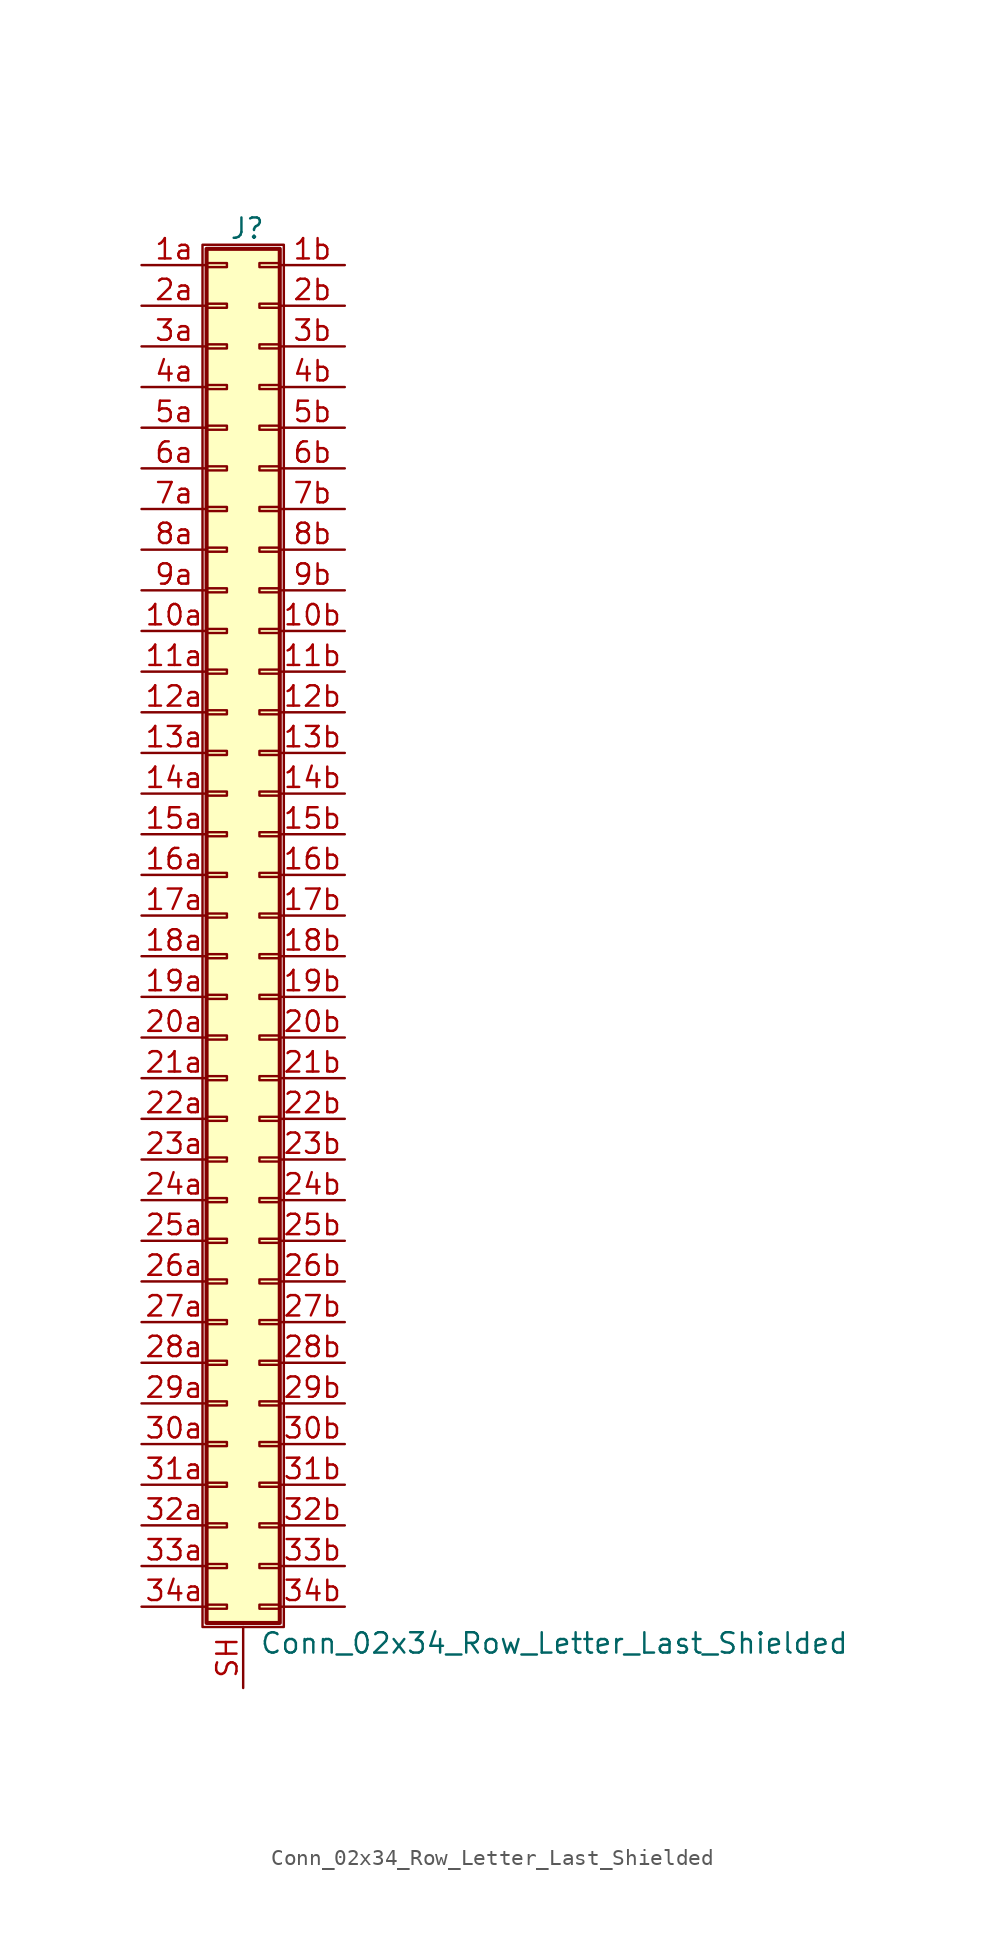
<source format=kicad_sym>
(kicad_symbol_lib
  (version 20201005)
  (generator kicad_symbol_editor)
  (symbol "Conn_02x34_Row_Letter_Last_Shielded"
    (pin_names
      (offset 1.016) hide)
    (property "Reference" "J"
      (at 1.524 42.926 0)
      (effects (font (size 1.27 1.27))))
    (property "Value" "Conn_02x34_Row_Letter_Last_Shielded"
      (at 2.286 -45.466 0)
      (effects (font (size 1.27 1.27)) (justify left)))
    (symbol "Conn_02x34_Row_Letter_Last_Shielded_1_1"
      (rectangle (start -1.27 41.91) (end 3.81 -44.45) (stroke (width 0.152)) (fill (type none)))
      (rectangle (start -1.016 -43.053) (end 0.254 -43.307) (stroke (width 0.152)) (fill (type none)))
      (rectangle (start -1.016 -40.513) (end 0.254 -40.767) (stroke (width 0.152)) (fill (type none)))
      (rectangle (start -1.016 -37.973) (end 0.254 -38.227) (stroke (width 0.152)) (fill (type none)))
      (rectangle (start -1.016 -35.433) (end 0.254 -35.687) (stroke (width 0.152)) (fill (type none)))
      (rectangle (start -1.016 -32.893) (end 0.254 -33.147) (stroke (width 0.152)) (fill (type none)))
      (rectangle (start -1.016 -30.353) (end 0.254 -30.607) (stroke (width 0.152)) (fill (type none)))
      (rectangle (start -1.016 -27.813) (end 0.254 -28.067) (stroke (width 0.152)) (fill (type none)))
      (rectangle (start -1.016 -25.273) (end 0.254 -25.527) (stroke (width 0.152)) (fill (type none)))
      (rectangle (start -1.016 -22.733) (end 0.254 -22.987) (stroke (width 0.152)) (fill (type none)))
      (rectangle (start -1.016 -20.193) (end 0.254 -20.447) (stroke (width 0.152)) (fill (type none)))
      (rectangle (start -1.016 -17.653) (end 0.254 -17.907) (stroke (width 0.152)) (fill (type none)))
      (rectangle (start -1.016 -15.113) (end 0.254 -15.367) (stroke (width 0.152)) (fill (type none)))
      (rectangle (start -1.016 -12.573) (end 0.254 -12.827) (stroke (width 0.152)) (fill (type none)))
      (rectangle (start -1.016 -10.033) (end 0.254 -10.287) (stroke (width 0.152)) (fill (type none)))
      (rectangle (start -1.016 -7.493) (end 0.254 -7.747) (stroke (width 0.152)) (fill (type none)))
      (rectangle (start -1.016 -4.953) (end 0.254 -5.207) (stroke (width 0.152)) (fill (type none)))
      (rectangle (start -1.016 -2.413) (end 0.254 -2.667) (stroke (width 0.152)) (fill (type none)))
      (rectangle (start -1.016 0.127) (end 0.254 -0.127) (stroke (width 0.152)) (fill (type none)))
      (rectangle (start -1.016 2.667) (end 0.254 2.413) (stroke (width 0.152)) (fill (type none)))
      (rectangle (start -1.016 5.207) (end 0.254 4.953) (stroke (width 0.152)) (fill (type none)))
      (rectangle (start -1.016 7.747) (end 0.254 7.493) (stroke (width 0.152)) (fill (type none)))
      (rectangle (start -1.016 10.287) (end 0.254 10.033) (stroke (width 0.152)) (fill (type none)))
      (rectangle (start -1.016 12.827) (end 0.254 12.573) (stroke (width 0.152)) (fill (type none)))
      (rectangle (start -1.016 15.367) (end 0.254 15.113) (stroke (width 0.152)) (fill (type none)))
      (rectangle (start -1.016 17.907) (end 0.254 17.653) (stroke (width 0.152)) (fill (type none)))
      (rectangle (start -1.016 20.447) (end 0.254 20.193) (stroke (width 0.152)) (fill (type none)))
      (rectangle (start -1.016 22.987) (end 0.254 22.733) (stroke (width 0.152)) (fill (type none)))
      (rectangle (start -1.016 25.527) (end 0.254 25.273) (stroke (width 0.152)) (fill (type none)))
      (rectangle (start -1.016 28.067) (end 0.254 27.813) (stroke (width 0.152)) (fill (type none)))
      (rectangle (start -1.016 30.607) (end 0.254 30.353) (stroke (width 0.152)) (fill (type none)))
      (rectangle (start -1.016 33.147) (end 0.254 32.893) (stroke (width 0.152)) (fill (type none)))
      (rectangle (start -1.016 35.687) (end 0.254 35.433) (stroke (width 0.152)) (fill (type none)))
      (rectangle (start -1.016 38.227) (end 0.254 37.973) (stroke (width 0.152)) (fill (type none)))
      (rectangle (start -1.016 40.767) (end 0.254 40.513) (stroke (width 0.152)) (fill (type none)))
      (rectangle (start 3.556 -43.053) (end 2.286 -43.307) (stroke (width 0.152)) (fill (type none)))
      (rectangle (start 3.556 -40.513) (end 2.286 -40.767) (stroke (width 0.152)) (fill (type none)))
      (rectangle (start 3.556 -37.973) (end 2.286 -38.227) (stroke (width 0.152)) (fill (type none)))
      (rectangle (start 3.556 -35.433) (end 2.286 -35.687) (stroke (width 0.152)) (fill (type none)))
      (rectangle (start 3.556 -32.893) (end 2.286 -33.147) (stroke (width 0.152)) (fill (type none)))
      (rectangle (start 3.556 -30.353) (end 2.286 -30.607) (stroke (width 0.152)) (fill (type none)))
      (rectangle (start 3.556 -27.813) (end 2.286 -28.067) (stroke (width 0.152)) (fill (type none)))
      (rectangle (start 3.556 -25.273) (end 2.286 -25.527) (stroke (width 0.152)) (fill (type none)))
      (rectangle (start 3.556 -22.733) (end 2.286 -22.987) (stroke (width 0.152)) (fill (type none)))
      (rectangle (start 3.556 -20.193) (end 2.286 -20.447) (stroke (width 0.152)) (fill (type none)))
      (rectangle (start 3.556 -17.653) (end 2.286 -17.907) (stroke (width 0.152)) (fill (type none)))
      (rectangle (start 3.556 -15.113) (end 2.286 -15.367) (stroke (width 0.152)) (fill (type none)))
      (rectangle (start 3.556 -12.573) (end 2.286 -12.827) (stroke (width 0.152)) (fill (type none)))
      (rectangle (start 3.556 -10.033) (end 2.286 -10.287) (stroke (width 0.152)) (fill (type none)))
      (rectangle (start 3.556 -7.493) (end 2.286 -7.747) (stroke (width 0.152)) (fill (type none)))
      (rectangle (start 3.556 -4.953) (end 2.286 -5.207) (stroke (width 0.152)) (fill (type none)))
      (rectangle (start 3.556 -2.413) (end 2.286 -2.667) (stroke (width 0.152)) (fill (type none)))
      (rectangle (start 3.556 0.127) (end 2.286 -0.127) (stroke (width 0.152)) (fill (type none)))
      (rectangle (start 3.556 2.667) (end 2.286 2.413) (stroke (width 0.152)) (fill (type none)))
      (rectangle (start 3.556 5.207) (end 2.286 4.953) (stroke (width 0.152)) (fill (type none)))
      (rectangle (start 3.556 7.747) (end 2.286 7.493) (stroke (width 0.152)) (fill (type none)))
      (rectangle (start 3.556 10.287) (end 2.286 10.033) (stroke (width 0.152)) (fill (type none)))
      (rectangle (start 3.556 12.827) (end 2.286 12.573) (stroke (width 0.152)) (fill (type none)))
      (rectangle (start 3.556 15.367) (end 2.286 15.113) (stroke (width 0.152)) (fill (type none)))
      (rectangle (start 3.556 17.907) (end 2.286 17.653) (stroke (width 0.152)) (fill (type none)))
      (rectangle (start 3.556 20.447) (end 2.286 20.193) (stroke (width 0.152)) (fill (type none)))
      (rectangle (start 3.556 22.987) (end 2.286 22.733) (stroke (width 0.152)) (fill (type none)))
      (rectangle (start 3.556 25.527) (end 2.286 25.273) (stroke (width 0.152)) (fill (type none)))
      (rectangle (start 3.556 28.067) (end 2.286 27.813) (stroke (width 0.152)) (fill (type none)))
      (rectangle (start 3.556 30.607) (end 2.286 30.353) (stroke (width 0.152)) (fill (type none)))
      (rectangle (start 3.556 33.147) (end 2.286 32.893) (stroke (width 0.152)) (fill (type none)))
      (rectangle (start 3.556 35.687) (end 2.286 35.433) (stroke (width 0.152)) (fill (type none)))
      (rectangle (start 3.556 38.227) (end 2.286 37.973) (stroke (width 0.152)) (fill (type none)))
      (rectangle (start 3.556 40.767) (end 2.286 40.513) (stroke (width 0.152)) (fill (type none)))
      (rectangle (start -1.016 41.656) (end 3.556 -44.196) (stroke (width 0.254)) (fill (type background)))
      (pin passive line (at -5.08 17.78 0) (length 4.064) (name "Pin_10a" (effects (font (size 1.27 1.27)))) (number "10a" (effects (font (size 1.27 1.27)))))
      (pin passive line (at 7.62 17.78 180) (length 4.064) (name "Pin_10b" (effects (font (size 1.27 1.27)))) (number "10b" (effects (font (size 1.27 1.27)))))
      (pin passive line (at -5.08 15.24 0) (length 4.064) (name "Pin_11a" (effects (font (size 1.27 1.27)))) (number "11a" (effects (font (size 1.27 1.27)))))
      (pin passive line (at 7.62 15.24 180) (length 4.064) (name "Pin_11b" (effects (font (size 1.27 1.27)))) (number "11b" (effects (font (size 1.27 1.27)))))
      (pin passive line (at -5.08 12.7 0) (length 4.064) (name "Pin_12a" (effects (font (size 1.27 1.27)))) (number "12a" (effects (font (size 1.27 1.27)))))
      (pin passive line (at 7.62 12.7 180) (length 4.064) (name "Pin_12b" (effects (font (size 1.27 1.27)))) (number "12b" (effects (font (size 1.27 1.27)))))
      (pin passive line (at -5.08 10.16 0) (length 4.064) (name "Pin_13a" (effects (font (size 1.27 1.27)))) (number "13a" (effects (font (size 1.27 1.27)))))
      (pin passive line (at 7.62 10.16 180) (length 4.064) (name "Pin_13b" (effects (font (size 1.27 1.27)))) (number "13b" (effects (font (size 1.27 1.27)))))
      (pin passive line (at -5.08 7.62 0) (length 4.064) (name "Pin_14a" (effects (font (size 1.27 1.27)))) (number "14a" (effects (font (size 1.27 1.27)))))
      (pin passive line (at 7.62 7.62 180) (length 4.064) (name "Pin_14b" (effects (font (size 1.27 1.27)))) (number "14b" (effects (font (size 1.27 1.27)))))
      (pin passive line (at -5.08 5.08 0) (length 4.064) (name "Pin_15a" (effects (font (size 1.27 1.27)))) (number "15a" (effects (font (size 1.27 1.27)))))
      (pin passive line (at 7.62 5.08 180) (length 4.064) (name "Pin_15b" (effects (font (size 1.27 1.27)))) (number "15b" (effects (font (size 1.27 1.27)))))
      (pin passive line (at -5.08 2.54 0) (length 4.064) (name "Pin_16a" (effects (font (size 1.27 1.27)))) (number "16a" (effects (font (size 1.27 1.27)))))
      (pin passive line (at 7.62 2.54 180) (length 4.064) (name "Pin_16b" (effects (font (size 1.27 1.27)))) (number "16b" (effects (font (size 1.27 1.27)))))
      (pin passive line (at -5.08 0 0) (length 4.064) (name "Pin_17a" (effects (font (size 1.27 1.27)))) (number "17a" (effects (font (size 1.27 1.27)))))
      (pin passive line (at 7.62 0 180) (length 4.064) (name "Pin_17b" (effects (font (size 1.27 1.27)))) (number "17b" (effects (font (size 1.27 1.27)))))
      (pin passive line (at -5.08 -2.54 0) (length 4.064) (name "Pin_18a" (effects (font (size 1.27 1.27)))) (number "18a" (effects (font (size 1.27 1.27)))))
      (pin passive line (at 7.62 -2.54 180) (length 4.064) (name "Pin_18b" (effects (font (size 1.27 1.27)))) (number "18b" (effects (font (size 1.27 1.27)))))
      (pin passive line (at -5.08 -5.08 0) (length 4.064) (name "Pin_19a" (effects (font (size 1.27 1.27)))) (number "19a" (effects (font (size 1.27 1.27)))))
      (pin passive line (at 7.62 -5.08 180) (length 4.064) (name "Pin_19b" (effects (font (size 1.27 1.27)))) (number "19b" (effects (font (size 1.27 1.27)))))
      (pin passive line (at -5.08 40.64 0) (length 4.064) (name "Pin_1a" (effects (font (size 1.27 1.27)))) (number "1a" (effects (font (size 1.27 1.27)))))
      (pin passive line (at 7.62 40.64 180) (length 4.064) (name "Pin_1b" (effects (font (size 1.27 1.27)))) (number "1b" (effects (font (size 1.27 1.27)))))
      (pin passive line (at -5.08 -7.62 0) (length 4.064) (name "Pin_20a" (effects (font (size 1.27 1.27)))) (number "20a" (effects (font (size 1.27 1.27)))))
      (pin passive line (at 7.62 -7.62 180) (length 4.064) (name "Pin_20b" (effects (font (size 1.27 1.27)))) (number "20b" (effects (font (size 1.27 1.27)))))
      (pin passive line (at -5.08 -10.16 0) (length 4.064) (name "Pin_21a" (effects (font (size 1.27 1.27)))) (number "21a" (effects (font (size 1.27 1.27)))))
      (pin passive line (at 7.62 -10.16 180) (length 4.064) (name "Pin_21b" (effects (font (size 1.27 1.27)))) (number "21b" (effects (font (size 1.27 1.27)))))
      (pin passive line (at -5.08 -12.7 0) (length 4.064) (name "Pin_22a" (effects (font (size 1.27 1.27)))) (number "22a" (effects (font (size 1.27 1.27)))))
      (pin passive line (at 7.62 -12.7 180) (length 4.064) (name "Pin_22b" (effects (font (size 1.27 1.27)))) (number "22b" (effects (font (size 1.27 1.27)))))
      (pin passive line (at -5.08 -15.24 0) (length 4.064) (name "Pin_23a" (effects (font (size 1.27 1.27)))) (number "23a" (effects (font (size 1.27 1.27)))))
      (pin passive line (at 7.62 -15.24 180) (length 4.064) (name "Pin_23b" (effects (font (size 1.27 1.27)))) (number "23b" (effects (font (size 1.27 1.27)))))
      (pin passive line (at -5.08 -17.78 0) (length 4.064) (name "Pin_24a" (effects (font (size 1.27 1.27)))) (number "24a" (effects (font (size 1.27 1.27)))))
      (pin passive line (at 7.62 -17.78 180) (length 4.064) (name "Pin_24b" (effects (font (size 1.27 1.27)))) (number "24b" (effects (font (size 1.27 1.27)))))
      (pin passive line (at -5.08 -20.32 0) (length 4.064) (name "Pin_25a" (effects (font (size 1.27 1.27)))) (number "25a" (effects (font (size 1.27 1.27)))))
      (pin passive line (at 7.62 -20.32 180) (length 4.064) (name "Pin_25b" (effects (font (size 1.27 1.27)))) (number "25b" (effects (font (size 1.27 1.27)))))
      (pin passive line (at -5.08 -22.86 0) (length 4.064) (name "Pin_26a" (effects (font (size 1.27 1.27)))) (number "26a" (effects (font (size 1.27 1.27)))))
      (pin passive line (at 7.62 -22.86 180) (length 4.064) (name "Pin_26b" (effects (font (size 1.27 1.27)))) (number "26b" (effects (font (size 1.27 1.27)))))
      (pin passive line (at -5.08 -25.4 0) (length 4.064) (name "Pin_27a" (effects (font (size 1.27 1.27)))) (number "27a" (effects (font (size 1.27 1.27)))))
      (pin passive line (at 7.62 -25.4 180) (length 4.064) (name "Pin_27b" (effects (font (size 1.27 1.27)))) (number "27b" (effects (font (size 1.27 1.27)))))
      (pin passive line (at -5.08 -27.94 0) (length 4.064) (name "Pin_28a" (effects (font (size 1.27 1.27)))) (number "28a" (effects (font (size 1.27 1.27)))))
      (pin passive line (at 7.62 -27.94 180) (length 4.064) (name "Pin_28b" (effects (font (size 1.27 1.27)))) (number "28b" (effects (font (size 1.27 1.27)))))
      (pin passive line (at -5.08 -30.48 0) (length 4.064) (name "Pin_29a" (effects (font (size 1.27 1.27)))) (number "29a" (effects (font (size 1.27 1.27)))))
      (pin passive line (at 7.62 -30.48 180) (length 4.064) (name "Pin_29b" (effects (font (size 1.27 1.27)))) (number "29b" (effects (font (size 1.27 1.27)))))
      (pin passive line (at -5.08 38.1 0) (length 4.064) (name "Pin_2a" (effects (font (size 1.27 1.27)))) (number "2a" (effects (font (size 1.27 1.27)))))
      (pin passive line (at 7.62 38.1 180) (length 4.064) (name "Pin_2b" (effects (font (size 1.27 1.27)))) (number "2b" (effects (font (size 1.27 1.27)))))
      (pin passive line (at -5.08 -33.02 0) (length 4.064) (name "Pin_30a" (effects (font (size 1.27 1.27)))) (number "30a" (effects (font (size 1.27 1.27)))))
      (pin passive line (at 7.62 -33.02 180) (length 4.064) (name "Pin_30b" (effects (font (size 1.27 1.27)))) (number "30b" (effects (font (size 1.27 1.27)))))
      (pin passive line (at -5.08 -35.56 0) (length 4.064) (name "Pin_31a" (effects (font (size 1.27 1.27)))) (number "31a" (effects (font (size 1.27 1.27)))))
      (pin passive line (at 7.62 -35.56 180) (length 4.064) (name "Pin_31b" (effects (font (size 1.27 1.27)))) (number "31b" (effects (font (size 1.27 1.27)))))
      (pin passive line (at -5.08 -38.1 0) (length 4.064) (name "Pin_32a" (effects (font (size 1.27 1.27)))) (number "32a" (effects (font (size 1.27 1.27)))))
      (pin passive line (at 7.62 -38.1 180) (length 4.064) (name "Pin_32b" (effects (font (size 1.27 1.27)))) (number "32b" (effects (font (size 1.27 1.27)))))
      (pin passive line (at -5.08 -40.64 0) (length 4.064) (name "Pin_33a" (effects (font (size 1.27 1.27)))) (number "33a" (effects (font (size 1.27 1.27)))))
      (pin passive line (at 7.62 -40.64 180) (length 4.064) (name "Pin_33b" (effects (font (size 1.27 1.27)))) (number "33b" (effects (font (size 1.27 1.27)))))
      (pin passive line (at -5.08 -43.18 0) (length 4.064) (name "Pin_34a" (effects (font (size 1.27 1.27)))) (number "34a" (effects (font (size 1.27 1.27)))))
      (pin passive line (at 7.62 -43.18 180) (length 4.064) (name "Pin_34b" (effects (font (size 1.27 1.27)))) (number "34b" (effects (font (size 1.27 1.27)))))
      (pin passive line (at -5.08 35.56 0) (length 4.064) (name "Pin_3a" (effects (font (size 1.27 1.27)))) (number "3a" (effects (font (size 1.27 1.27)))))
      (pin passive line (at 7.62 35.56 180) (length 4.064) (name "Pin_3b" (effects (font (size 1.27 1.27)))) (number "3b" (effects (font (size 1.27 1.27)))))
      (pin passive line (at -5.08 33.02 0) (length 4.064) (name "Pin_4a" (effects (font (size 1.27 1.27)))) (number "4a" (effects (font (size 1.27 1.27)))))
      (pin passive line (at 7.62 33.02 180) (length 4.064) (name "Pin_4b" (effects (font (size 1.27 1.27)))) (number "4b" (effects (font (size 1.27 1.27)))))
      (pin passive line (at -5.08 30.48 0) (length 4.064) (name "Pin_5a" (effects (font (size 1.27 1.27)))) (number "5a" (effects (font (size 1.27 1.27)))))
      (pin passive line (at 7.62 30.48 180) (length 4.064) (name "Pin_5b" (effects (font (size 1.27 1.27)))) (number "5b" (effects (font (size 1.27 1.27)))))
      (pin passive line (at -5.08 27.94 0) (length 4.064) (name "Pin_6a" (effects (font (size 1.27 1.27)))) (number "6a" (effects (font (size 1.27 1.27)))))
      (pin passive line (at 7.62 27.94 180) (length 4.064) (name "Pin_6b" (effects (font (size 1.27 1.27)))) (number "6b" (effects (font (size 1.27 1.27)))))
      (pin passive line (at -5.08 25.4 0) (length 4.064) (name "Pin_7a" (effects (font (size 1.27 1.27)))) (number "7a" (effects (font (size 1.27 1.27)))))
      (pin passive line (at 7.62 25.4 180) (length 4.064) (name "Pin_7b" (effects (font (size 1.27 1.27)))) (number "7b" (effects (font (size 1.27 1.27)))))
      (pin passive line (at -5.08 22.86 0) (length 4.064) (name "Pin_8a" (effects (font (size 1.27 1.27)))) (number "8a" (effects (font (size 1.27 1.27)))))
      (pin passive line (at 7.62 22.86 180) (length 4.064) (name "Pin_8b" (effects (font (size 1.27 1.27)))) (number "8b" (effects (font (size 1.27 1.27)))))
      (pin passive line (at -5.08 20.32 0) (length 4.064) (name "Pin_9a" (effects (font (size 1.27 1.27)))) (number "9a" (effects (font (size 1.27 1.27)))))
      (pin passive line (at 7.62 20.32 180) (length 4.064) (name "Pin_9b" (effects (font (size 1.27 1.27)))) (number "9b" (effects (font (size 1.27 1.27)))))
      (pin passive line (at 1.27 -48.26 90) (length 3.81) (name "Shield" (effects (font (size 1.27 1.27)))) (number "SH" (effects (font (size 1.27 1.27))))))))
</source>
